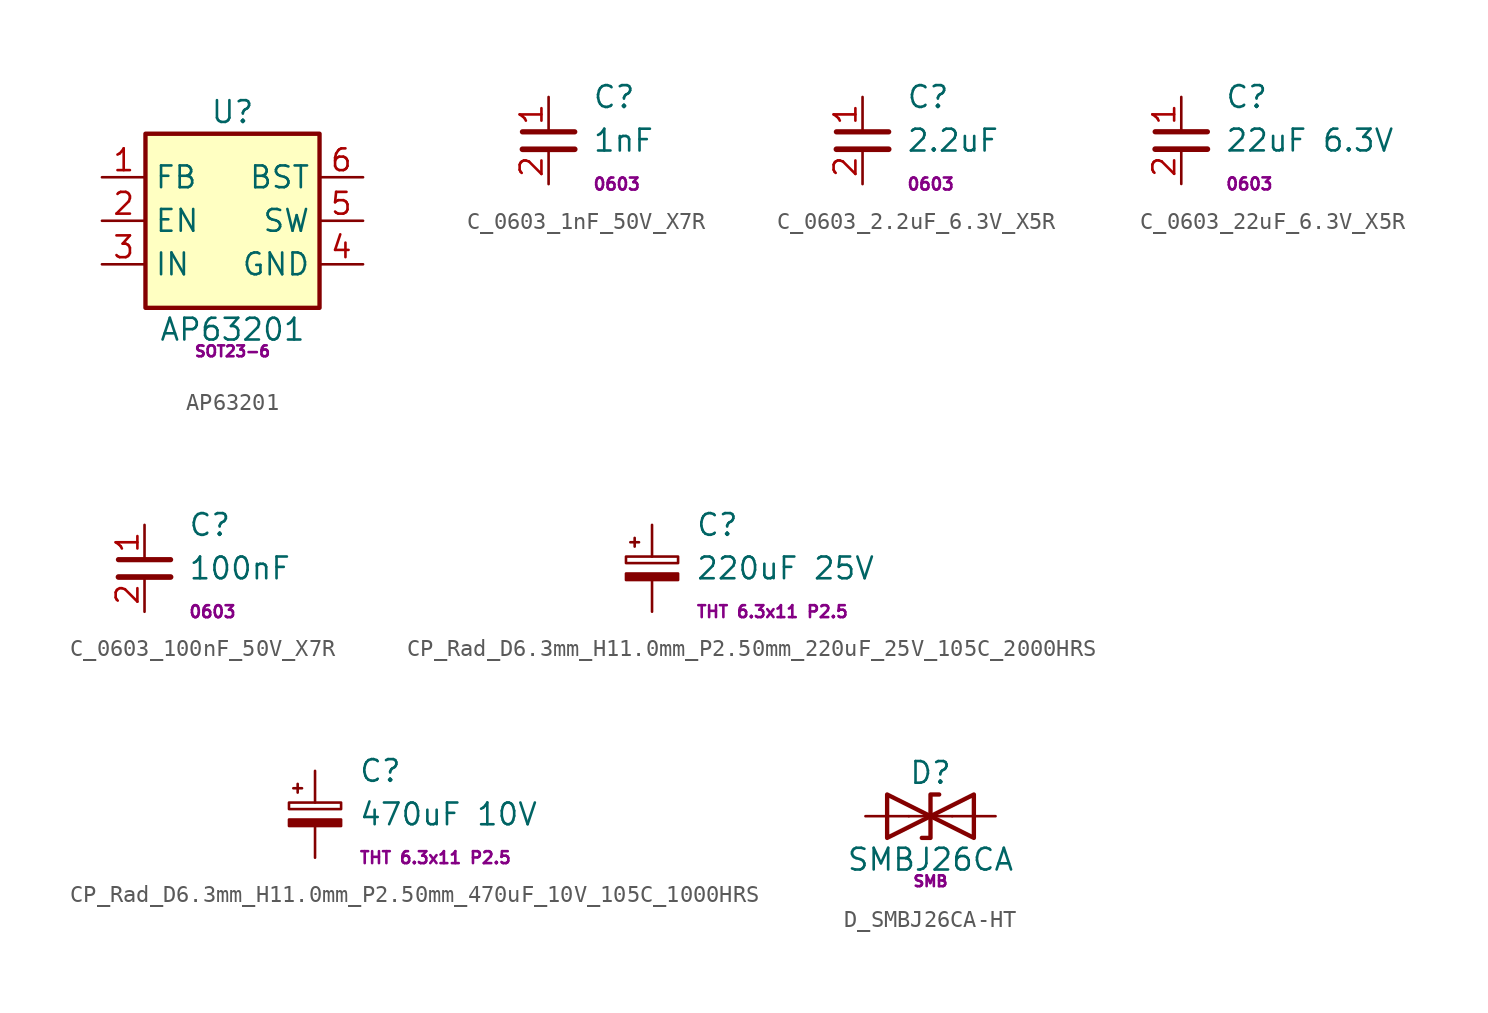
<source format=kicad_sym>
(kicad_symbol_lib
  (version 20241209)
  (generator "kicad_symbol_editor")
  (generator_version "9.0")
  (symbol "AP63201"
    (property "Reference" "U"
      (at 0 6.35 0)
      (effects (font (size 1.27 1.27))))
    (property "Value" "AP63201"
      (at 0 -6.35 0)
      (effects (font (size 1.27 1.27))))
    (property "Pad" "SOT23-6"
      (at 0 -7.62 0)
      (effects (font (size 0.635 0.635))))
    (symbol "AP63201_0_1"
      (rectangle (start -5.08 5.08) (end 5.08 -5.08) (stroke (width 0.254) (type default)) (fill (type background))))
    (symbol "AP63201_1_1"
      (pin input line (at -7.62 2.54 0) (length 2.54) (name "FB" (effects (font (size 1.27 1.27)))) (number "1" (effects (font (size 1.27 1.27)))))
      (pin input line (at -7.62 0 0) (length 2.54) (name "EN" (effects (font (size 1.27 1.27)))) (number "2" (effects (font (size 1.27 1.27)))))
      (pin power_in line (at -7.62 -2.54 0) (length 2.54) (name "IN" (effects (font (size 1.27 1.27)))) (number "3" (effects (font (size 1.27 1.27)))))
      (pin passive line (at 7.62 2.54 180) (length 2.54) (name "BST" (effects (font (size 1.27 1.27)))) (number "6" (effects (font (size 1.27 1.27)))))
      (pin output line (at 7.62 0 180) (length 2.54) (name "SW" (effects (font (size 1.27 1.27)))) (number "5" (effects (font (size 1.27 1.27)))))
      (pin power_in line (at 7.62 -2.54 180) (length 2.54) (name "GND" (effects (font (size 1.27 1.27)))) (number "4" (effects (font (size 1.27 1.27)))))))
  (symbol "C_0603_1nF_50V_X7R"
    (pin_names
      (offset 0.254)
      (hide yes))
    (property "Reference" "C"
      (at 2.54 2.54 0)
      (effects (font (size 1.27 1.27)) (justify left)))
    (property "Value" "1nF"
      (at 2.54 0 0)
      (effects (font (size 1.27 1.27)) (justify left)))
    (property "Pad" "0603"
      (at 2.54 -2.54 0)
      (effects (font (size 0.7 0.7)) (justify left)))
    (symbol "C_0603_1nF_50V_X7R_0_1"
      (polyline (pts (xy -1.524 0.508) (xy 1.524 0.508)) (stroke (width 0.305) (type default)) (fill (type none)))
      (polyline (pts (xy -1.524 -0.508) (xy 1.524 -0.508)) (stroke (width 0.33) (type default)) (fill (type none))))
    (symbol "C_0603_1nF_50V_X7R_1_1"
      (pin passive line (at 0 2.54 270) (length 2.032) (name "~" (effects (font (size 1.27 1.27)))) (number "1" (effects (font (size 1.27 1.27)))))
      (pin passive line (at 0 -2.54 90) (length 2.032) (name "~" (effects (font (size 1.27 1.27)))) (number "2" (effects (font (size 1.27 1.27)))))))
  (symbol "C_0603_2.2uF_6.3V_X5R"
    (pin_names
      (offset 0.254)
      (hide yes))
    (property "Reference" "C"
      (at 2.54 2.54 0)
      (effects (font (size 1.27 1.27)) (justify left)))
    (property "Value" "2.2uF"
      (at 2.54 0 0)
      (effects (font (size 1.27 1.27)) (justify left)))
    (property "Pad" "0603"
      (at 2.54 -2.54 0)
      (effects (font (size 0.7 0.7)) (justify left)))
    (symbol "C_0603_2.2uF_6.3V_X5R_0_1"
      (polyline (pts (xy -1.524 0.508) (xy 1.524 0.508)) (stroke (width 0.305) (type default)) (fill (type none)))
      (polyline (pts (xy -1.524 -0.508) (xy 1.524 -0.508)) (stroke (width 0.33) (type default)) (fill (type none))))
    (symbol "C_0603_2.2uF_6.3V_X5R_1_1"
      (pin passive line (at 0 2.54 270) (length 2.032) (name "~" (effects (font (size 1.27 1.27)))) (number "1" (effects (font (size 1.27 1.27)))))
      (pin passive line (at 0 -2.54 90) (length 2.032) (name "~" (effects (font (size 1.27 1.27)))) (number "2" (effects (font (size 1.27 1.27)))))))
  (symbol "C_0603_22uF_6.3V_X5R"
    (pin_names
      (offset 0.254)
      (hide yes))
    (property "Reference" "C"
      (at 2.54 2.54 0)
      (effects (font (size 1.27 1.27)) (justify left)))
    (property "Value" "22uF 6.3V"
      (at 2.54 0 0)
      (effects (font (size 1.27 1.27)) (justify left)))
    (property "Pad" "0603"
      (at 2.54 -2.54 0)
      (effects (font (size 0.7 0.7)) (justify left)))
    (symbol "C_0603_22uF_6.3V_X5R_0_1"
      (polyline (pts (xy -1.524 0.508) (xy 1.524 0.508)) (stroke (width 0.305) (type default)) (fill (type none)))
      (polyline (pts (xy -1.524 -0.508) (xy 1.524 -0.508)) (stroke (width 0.33) (type default)) (fill (type none))))
    (symbol "C_0603_22uF_6.3V_X5R_1_1"
      (pin passive line (at 0 2.54 270) (length 2.032) (name "~" (effects (font (size 1.27 1.27)))) (number "1" (effects (font (size 1.27 1.27)))))
      (pin passive line (at 0 -2.54 90) (length 2.032) (name "~" (effects (font (size 1.27 1.27)))) (number "2" (effects (font (size 1.27 1.27)))))))
  (symbol "C_0603_100nF_50V_X7R"
    (pin_names
      (offset 0.254)
      (hide yes))
    (property "Reference" "C"
      (at 2.54 2.54 0)
      (effects (font (size 1.27 1.27)) (justify left)))
    (property "Value" "100nF"
      (at 2.54 0 0)
      (effects (font (size 1.27 1.27)) (justify left)))
    (property "Pad" "0603"
      (at 2.54 -2.54 0)
      (effects (font (size 0.7 0.7)) (justify left)))
    (symbol "C_0603_100nF_50V_X7R_0_1"
      (polyline (pts (xy -1.524 0.508) (xy 1.524 0.508)) (stroke (width 0.305) (type default)) (fill (type none)))
      (polyline (pts (xy -1.524 -0.508) (xy 1.524 -0.508)) (stroke (width 0.33) (type default)) (fill (type none))))
    (symbol "C_0603_100nF_50V_X7R_1_1"
      (pin passive line (at 0 2.54 270) (length 2.032) (name "~" (effects (font (size 1.27 1.27)))) (number "1" (effects (font (size 1.27 1.27)))))
      (pin passive line (at 0 -2.54 90) (length 2.032) (name "~" (effects (font (size 1.27 1.27)))) (number "2" (effects (font (size 1.27 1.27)))))))
  (symbol "CP_Rad_D6.3mm_H11.0mm_P2.50mm_220uF_25V_105C_2000HRS"
    (pin_numbers
      (hide yes))
    (pin_names
      (offset 0.254)
      (hide yes))
    (property "Reference" "C"
      (at 2.54 2.54 0)
      (effects (font (size 1.27 1.27)) (justify left)))
    (property "Value" "220uF 25V"
      (at 2.54 0 0)
      (effects (font (size 1.27 1.27)) (justify left)))
    (property "Pad" "THT 6.3x11 P2.5"
      (at 2.54 -2.54 0)
      (effects (font (size 0.7 0.7)) (justify left)))
    (symbol "CP_Rad_D6.3mm_H11.0mm_P2.50mm_220uF_25V_105C_2000HRS_0_1"
      (rectangle (start -1.524 0.686) (end 1.524 0.305) (stroke (width 0) (type default)) (fill (type none)))
      (rectangle (start -1.524 -0.305) (end 1.524 -0.686) (stroke (width 0) (type default)) (fill (type outline)))
      (polyline (pts (xy -1.27 1.524) (xy -0.762 1.524)) (stroke (width 0) (type default)) (fill (type none)))
      (polyline (pts (xy -1.016 1.27) (xy -1.016 1.778)) (stroke (width 0) (type default)) (fill (type none))))
    (symbol "CP_Rad_D6.3mm_H11.0mm_P2.50mm_220uF_25V_105C_2000HRS_1_1"
      (pin passive line (at 0 2.54 270) (length 1.854) (name "~" (effects (font (size 1.27 1.27)))) (number "1" (effects (font (size 1.27 1.27)))))
      (pin passive line (at 0 -2.54 90) (length 1.854) (name "~" (effects (font (size 1.27 1.27)))) (number "2" (effects (font (size 1.27 1.27)))))))
  (symbol "CP_Rad_D6.3mm_H11.0mm_P2.50mm_470uF_10V_105C_1000HRS"
    (pin_numbers
      (hide yes))
    (pin_names
      (offset 0.254)
      (hide yes))
    (property "Reference" "C"
      (at 2.54 2.54 0)
      (effects (font (size 1.27 1.27)) (justify left)))
    (property "Value" "470uF 10V"
      (at 2.54 0 0)
      (effects (font (size 1.27 1.27)) (justify left)))
    (property "Pad" "THT 6.3x11 P2.5"
      (at 2.54 -2.54 0)
      (effects (font (size 0.7 0.7)) (justify left)))
    (symbol "CP_Rad_D6.3mm_H11.0mm_P2.50mm_470uF_10V_105C_1000HRS_0_1"
      (rectangle (start -1.524 0.686) (end 1.524 0.305) (stroke (width 0) (type default)) (fill (type none)))
      (rectangle (start -1.524 -0.305) (end 1.524 -0.686) (stroke (width 0) (type default)) (fill (type outline)))
      (polyline (pts (xy -1.27 1.524) (xy -0.762 1.524)) (stroke (width 0) (type default)) (fill (type none)))
      (polyline (pts (xy -1.016 1.27) (xy -1.016 1.778)) (stroke (width 0) (type default)) (fill (type none))))
    (symbol "CP_Rad_D6.3mm_H11.0mm_P2.50mm_470uF_10V_105C_1000HRS_1_1"
      (pin passive line (at 0 2.54 270) (length 1.854) (name "~" (effects (font (size 1.27 1.27)))) (number "1" (effects (font (size 1.27 1.27)))))
      (pin passive line (at 0 -2.54 90) (length 1.854) (name "~" (effects (font (size 1.27 1.27)))) (number "2" (effects (font (size 1.27 1.27)))))))
  (symbol "D_SMBJ26CA-HT"
    (pin_numbers
      (hide yes))
    (pin_names
      (offset 1.016)
      (hide yes))
    (property "Reference" "D"
      (at 0 2.54 0)
      (effects (font (size 1.27 1.27))))
    (property "Value" "SMBJ26CA"
      (at 0 -2.54 0)
      (effects (font (size 1.27 1.27))))
    (property "Pad" "SMB"
      (at 0 -3.81 0)
      (effects (font (size 0.635 0.635))))
    (symbol "D_SMBJ26CA-HT_0_1"
      (polyline (pts (xy -2.54 1.27) (xy -2.54 -1.27) (xy 2.54 1.27) (xy 2.54 -1.27) (xy -2.54 1.27)) (stroke (width 0.254) (type default)) (fill (type none)))
      (polyline (pts (xy 0.508 1.27) (xy 0 1.27) (xy 0 -1.27) (xy -0.508 -1.27)) (stroke (width 0.254) (type default)) (fill (type none)))
      (polyline (pts (xy 1.27 0) (xy -1.27 0)) (stroke (width 0) (type default)) (fill (type none))))
    (symbol "D_SMBJ26CA-HT_1_1"
      (pin passive line (at -3.81 0 0) (length 2.54) (name "A1" (effects (font (size 1.27 1.27)))) (number "1" (effects (font (size 1.27 1.27)))))
      (pin passive line (at 3.81 0 180) (length 2.54) (name "A2" (effects (font (size 1.27 1.27)))) (number "2" (effects (font (size 1.27 1.27))))))))
</source>
